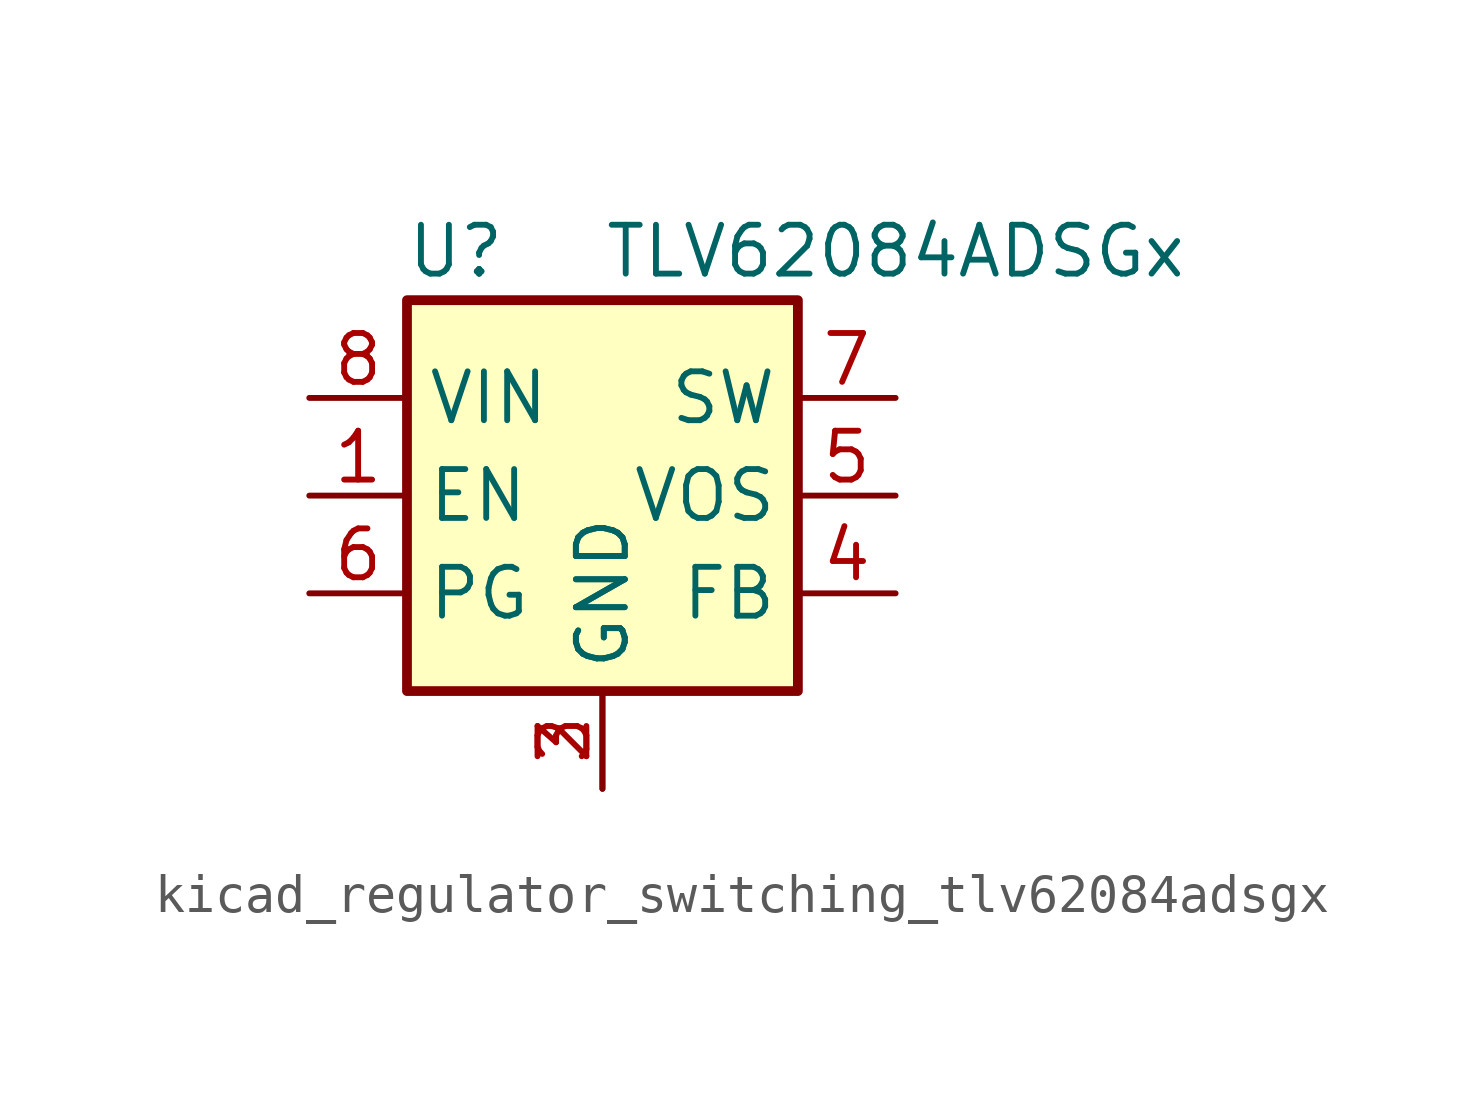
<source format=kicad_sym>
(kicad_symbol_lib
  (version 20220914)
  (generator kicad_symbol_editor)
  (symbol "kicad_regulator_switching_tlv62084adsgx"
    (property "Reference" "U"
      (at -3.81 6.35 0)
      (effects (font (size 1.27 1.27))))
    (property "Value" "TLV62084ADSGx"
      (at 7.62 6.35 0)
      (effects (font (size 1.27 1.27))))
    (symbol "kicad_regulator_switching_tlv62084adsgx_0_1"
      (rectangle (start -5.08 -5.08) (end 5.08 5.08) (stroke (width 0.254) (type default)) (fill (type background)))
      (pin input line (at -7.62 0 0) (length 2.54) (name "EN" (effects (font (size 1.27 1.27)))) (number "1" (effects (font (size 1.27 1.27)))))
      (pin power_in line (at 0 -7.62 90) (length 2.54) (name "GND" (effects (font (size 1.27 1.27)))) (number "2" (effects (font (size 1.27 1.27)))))
      (pin power_in line (at 0 -7.62 90) (length 2.54) (name "GND" (effects (font (size 1.27 1.27)))) (number "3" (effects (font (size 1.27 1.27)))))
      (pin input line (at 7.62 -2.54 180) (length 2.54) (name "FB" (effects (font (size 1.27 1.27)))) (number "4" (effects (font (size 1.27 1.27)))))
      (pin input line (at 7.62 0 180) (length 2.54) (name "VOS" (effects (font (size 1.27 1.27)))) (number "5" (effects (font (size 1.27 1.27)))))
      (pin open_collector line (at -7.62 -2.54 0) (length 2.54) (name "PG" (effects (font (size 1.27 1.27)))) (number "6" (effects (font (size 1.27 1.27)))))
      (pin power_out line (at 7.62 2.54 180) (length 2.54) (name "SW" (effects (font (size 1.27 1.27)))) (number "7" (effects (font (size 1.27 1.27)))))
      (pin power_in line (at -7.62 2.54 0) (length 2.54) (name "VIN" (effects (font (size 1.27 1.27)))) (number "8" (effects (font (size 1.27 1.27)))))
      (pin passive line (at 0 -7.62 90) (length 2.54) hide (name "GND" (effects (font (size 1.27 1.27)))) (number "9" (effects (font (size 1.27 1.27))))))))
</source>
